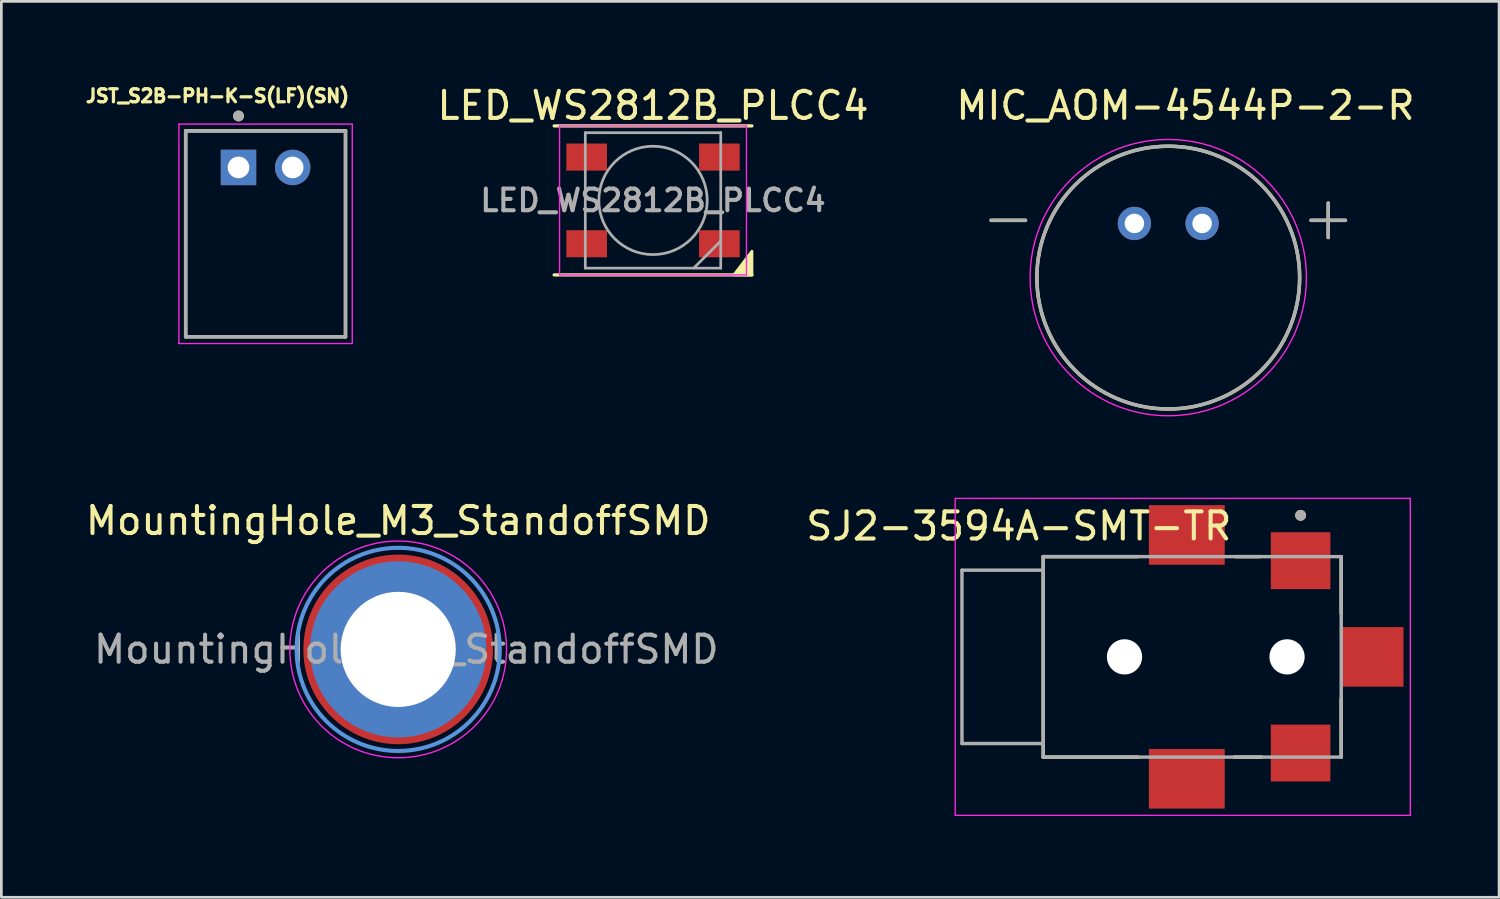
<source format=kicad_pcb>
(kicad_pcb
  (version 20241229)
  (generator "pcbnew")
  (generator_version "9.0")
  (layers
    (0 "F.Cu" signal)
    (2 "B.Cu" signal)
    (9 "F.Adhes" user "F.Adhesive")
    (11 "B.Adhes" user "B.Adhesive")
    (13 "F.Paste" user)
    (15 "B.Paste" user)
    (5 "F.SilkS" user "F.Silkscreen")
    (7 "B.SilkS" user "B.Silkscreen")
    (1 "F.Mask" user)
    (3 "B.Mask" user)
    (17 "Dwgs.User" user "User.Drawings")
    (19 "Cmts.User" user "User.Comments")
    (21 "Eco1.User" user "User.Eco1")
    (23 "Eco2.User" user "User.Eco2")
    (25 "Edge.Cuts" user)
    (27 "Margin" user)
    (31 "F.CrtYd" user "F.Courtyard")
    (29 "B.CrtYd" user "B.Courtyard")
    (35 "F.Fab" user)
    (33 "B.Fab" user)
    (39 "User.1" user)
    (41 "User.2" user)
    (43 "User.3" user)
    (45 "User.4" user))
  (footprint "MountingHole_M3_StandoffSMD"
    (layer "F.Cu")
    (at 11.649 20.922)
    (property "Reference" "MountingHole_M3_StandoffSMD" (at 0 -4.75 0) (layer "F.SilkS") (effects (font (size 1 1) (thickness 0.15))))
    (attr exclude_from_pos_files exclude_from_bom)
    (fp_circle (center 0 0) (end 3.75 0) (stroke (width 0.15) (type solid)) (fill no) (layer "Cmts.User"))
    (fp_circle (center 0 0) (end 4 0) (stroke (width 0.05) (type solid)) (fill no) (layer "F.CrtYd"))
    (fp_text user "${REFERENCE}" (at 0.3 0 0) (layer "F.Fab") (effects (font (size 1 1) (thickness 0.15))))
    (pad "1" thru_hole circle (at 0 0) (size 6.5 6.5) (drill 4.25) (layers "*.Cu" "*.Mask"))
    (pad "1" connect circle (at 0 0) (size 7 7) (layers "F.Cu" "F.Mask")))
  (footprint "LED_WS2812B_PLCC4"
    (layer "F.Cu")
    (at 21.056 4.348)
    (property "Reference" "LED_WS2812B_PLCC4" (at 0 -3.5 0) (layer "F.SilkS") (effects (font (size 1 1) (thickness 0.15))))
    (attr smd)
    (fp_line (start -3.65 -2.75) (end 3.65 -2.75) (stroke (width 0.12) (type solid)) (layer "F.SilkS"))
    (fp_line (start -3.65 2.75) (end 3.65 2.75) (stroke (width 0.12) (type solid)) (layer "F.SilkS"))
    (fp_poly (pts (xy 3.653 2.758) (xy 3 2.748) (xy 2.985 2.748) (xy 3.653 1.875)) (stroke (width 0.1) (type solid)) (fill yes) (layer "F.SilkS"))
    (fp_line (start -3.45 -2.75) (end -3.45 2.75) (stroke (width 0.05) (type solid)) (layer "F.CrtYd"))
    (fp_line (start -3.45 2.75) (end 3.45 2.75) (stroke (width 0.05) (type solid)) (layer "F.CrtYd"))
    (fp_line (start 3.45 -2.75) (end -3.45 -2.75) (stroke (width 0.05) (type solid)) (layer "F.CrtYd"))
    (fp_line (start 3.45 2.75) (end 3.45 -2.75) (stroke (width 0.05) (type solid)) (layer "F.CrtYd"))
    (fp_line (start -2.5 -2.5) (end -2.5 2.5) (stroke (width 0.1) (type solid)) (layer "F.Fab"))
    (fp_line (start -2.5 2.5) (end 2.5 2.5) (stroke (width 0.1) (type solid)) (layer "F.Fab"))
    (fp_line (start 2.5 -2.5) (end -2.5 -2.5) (stroke (width 0.1) (type solid)) (layer "F.Fab"))
    (fp_line (start 2.5 1.5) (end 1.5 2.5) (stroke (width 0.1) (type solid)) (layer "F.Fab"))
    (fp_line (start 2.5 2.5) (end 2.5 -2.5) (stroke (width 0.1) (type solid)) (layer "F.Fab"))
    (fp_circle (center 0 0) (end 0 -2) (stroke (width 0.1) (type solid)) (fill no) (layer "F.Fab"))
    (fp_text user "${REFERENCE}" (at 0 0 0) (layer "F.Fab") (effects (font (size 0.8 0.8) (thickness 0.15))))
    (pad "1" smd rect (at -2.45 -1.6) (size 1.5 1) (layers "F.Cu" "F.Mask" "F.Paste"))
    (pad "2" smd rect (at -2.45 1.6) (size 1.5 1) (layers "F.Cu" "F.Mask" "F.Paste"))
    (pad "3" smd rect (at 2.45 1.6) (size 1.5 1) (layers "F.Cu" "F.Mask" "F.Paste"))
    (pad "4" smd rect (at 2.45 -1.6) (size 1.5 1) (layers "F.Cu" "F.Mask" "F.Paste")))
  (footprint "SJ2-3594A-SMT-TR"
    (layer "F.Cu")
    (at 40.961 21.198)
    (property "Reference" "SJ2-3594A-SMT-TR" (at -6.4 -4.825 0) (layer "F.SilkS") (effects (font (size 1.001 1.001) (thickness 0.15))))
    (attr smd)
    (fp_line (start -5.5 -3.7) (end -5.5 3.7) (stroke (width 0.127) (type solid)) (layer "F.SilkS"))
    (fp_line (start -4.15 -3.7) (end -5.5 -3.7) (stroke (width 0.127) (type solid)) (layer "F.SilkS"))
    (fp_line (start -2 -3.7) (end -4.1 -3.7) (stroke (width 0.127) (type solid)) (layer "F.SilkS"))
    (fp_line (start -2 3.7) (end -5.5 3.7) (stroke (width 0.127) (type solid)) (layer "F.SilkS"))
    (fp_line (start 2.5 -3.7) (end 1.6 -3.7) (stroke (width 0.127) (type solid)) (layer "F.SilkS"))
    (fp_line (start 2.55 3.7) (end 1.55 3.7) (stroke (width 0.127) (type solid)) (layer "F.SilkS"))
    (fp_line (start 5.5 -3.7) (end 5.5 -1.6) (stroke (width 0.127) (type solid)) (layer "F.SilkS"))
    (fp_line (start 5.5 1.55) (end 5.5 3.7) (stroke (width 0.127) (type solid)) (layer "F.SilkS"))
    (fp_circle (center 4 -5.225) (end 4.1 -5.225) (stroke (width 0.2) (type solid)) (fill no) (layer "F.SilkS"))
    (fp_line (start -8.75 -5.85) (end -8.75 5.85) (stroke (width 0.05) (type solid)) (layer "F.CrtYd"))
    (fp_line (start -8.75 5.85) (end 8.05 5.85) (stroke (width 0.05) (type solid)) (layer "F.CrtYd"))
    (fp_line (start 8.05 -5.85) (end -8.75 -5.85) (stroke (width 0.05) (type solid)) (layer "F.CrtYd"))
    (fp_line (start 8.05 5.85) (end 8.05 -5.85) (stroke (width 0.05) (type solid)) (layer "F.CrtYd"))
    (fp_line (start -8.5 -3.2) (end -8.5 3.2) (stroke (width 0.127) (type solid)) (layer "F.Fab"))
    (fp_line (start -8.5 3.2) (end -5.5 3.2) (stroke (width 0.127) (type solid)) (layer "F.Fab"))
    (fp_line (start -5.5 -3.7) (end 5.5 -3.7) (stroke (width 0.127) (type solid)) (layer "F.Fab"))
    (fp_line (start -5.5 -3.2) (end -8.5 -3.2) (stroke (width 0.127) (type solid)) (layer "F.Fab"))
    (fp_line (start -5.5 -3.2) (end -5.5 -3.7) (stroke (width 0.127) (type solid)) (layer "F.Fab"))
    (fp_line (start -5.5 3.2) (end -5.5 -3.2) (stroke (width 0.127) (type solid)) (layer "F.Fab"))
    (fp_line (start -5.5 3.7) (end -5.5 3.2) (stroke (width 0.127) (type solid)) (layer "F.Fab"))
    (fp_line (start 5.5 -3.7) (end 5.5 3.7) (stroke (width 0.127) (type solid)) (layer "F.Fab"))
    (fp_line (start 5.5 3.7) (end -5.5 3.7) (stroke (width 0.127) (type solid)) (layer "F.Fab"))
    (fp_circle (center 4 -5.225) (end 4.1 -5.225) (stroke (width 0.2) (type solid)) (fill no) (layer "F.Fab"))
    (pad "" np_thru_hole circle (at -2.5 0) (size 1.3 1.3) (drill 1.3) (layers "*.Cu" "*.Mask"))
    (pad "" np_thru_hole circle (at 3.5 0) (size 1.3 1.3) (drill 1.3) (layers "*.Cu" "*.Mask"))
    (pad "1" smd rect (at 4 -3.55) (size 2.2 2.1) (layers "F.Cu" "F.Mask" "F.Paste"))
    (pad "2" smd rect (at 4 3.55) (size 2.2 2.1) (layers "F.Cu" "F.Mask" "F.Paste"))
    (pad "3" smd rect (at 6.65 0) (size 2.3 2.2) (layers "F.Cu" "F.Mask" "F.Paste"))
    (pad "4_1" smd rect (at -0.2 -4.5) (size 2.8 2.2) (layers "F.Cu" "F.Mask" "F.Paste"))
    (pad "4_2" smd rect (at -0.2 4.5) (size 2.8 2.2) (layers "F.Cu" "F.Mask" "F.Paste")))
  (footprint "JST_S2B-PH-K-S(LF)(SN)"
    (layer "F.Cu")
    (at 6.754 3.131)
    (property "Reference" "JST_S2B-PH-K-S(LF)(SN)" (at -1.776 -2.64 0) (layer "F.SilkS") (effects (font (size 0.48 0.48) (thickness 0.15))))
    (attr through_hole)
    (fp_line (start -2.95 -1.35) (end 2.95 -1.35) (stroke (width 0.127) (type solid)) (layer "F.SilkS"))
    (fp_line (start -2.95 6.25) (end -2.95 -1.35) (stroke (width 0.127) (type solid)) (layer "F.SilkS"))
    (fp_line (start 2.95 -1.35) (end 2.95 6.25) (stroke (width 0.127) (type solid)) (layer "F.SilkS"))
    (fp_line (start 2.95 6.25) (end -2.95 6.25) (stroke (width 0.127) (type solid)) (layer "F.SilkS"))
    (fp_circle (center -1 -1.9) (end -0.9 -1.9) (stroke (width 0.2) (type solid)) (fill no) (layer "F.SilkS"))
    (fp_line (start -3.2 -1.6) (end 3.2 -1.6) (stroke (width 0.05) (type solid)) (layer "F.CrtYd"))
    (fp_line (start -3.2 6.5) (end -3.2 -1.6) (stroke (width 0.05) (type solid)) (layer "F.CrtYd"))
    (fp_line (start 3.2 -1.6) (end 3.2 6.5) (stroke (width 0.05) (type solid)) (layer "F.CrtYd"))
    (fp_line (start 3.2 6.5) (end -3.2 6.5) (stroke (width 0.05) (type solid)) (layer "F.CrtYd"))
    (fp_line (start -2.95 -1.35) (end 2.95 -1.35) (stroke (width 0.127) (type solid)) (layer "F.Fab"))
    (fp_line (start -2.95 6.25) (end -2.95 -1.35) (stroke (width 0.127) (type solid)) (layer "F.Fab"))
    (fp_line (start 2.95 -1.35) (end 2.95 6.25) (stroke (width 0.127) (type solid)) (layer "F.Fab"))
    (fp_line (start 2.95 6.25) (end -2.95 6.25) (stroke (width 0.127) (type solid)) (layer "F.Fab"))
    (fp_circle (center -1 -1.9) (end -0.9 -1.9) (stroke (width 0.2) (type solid)) (fill no) (layer "F.Fab"))
    (pad "1" thru_hole rect (at -1 0) (size 1.308 1.308) (drill 0.8) (layers "*.Cu" "*.Mask"))
    (pad "2" thru_hole circle (at 1 0) (size 1.308 1.308) (drill 0.8) (layers "*.Cu" "*.Mask")))
  (footprint "MIC_AOM-4544P-2-R"
    (layer "F.Cu")
    (at 40.076 7.198)
    (property "Reference" "MIC_AOM-4544P-2-R" (at 0.635 -6.35 0) (layer "F.SilkS") (effects (font (size 1 1) (thickness 0.15))))
    (attr through_hole)
    (fp_line (start -6.54 -2.115) (end -5.27 -2.115) (stroke (width 0.127) (type solid)) (layer "F.SilkS"))
    (fp_line (start 5.27 -2.115) (end 6.54 -2.115) (stroke (width 0.127) (type solid)) (layer "F.SilkS"))
    (fp_line (start 5.905 -2.75) (end 5.905 -1.48) (stroke (width 0.127) (type solid)) (layer "F.SilkS"))
    (fp_circle (center 0 0) (end 4.85 0) (stroke (width 0.127) (type solid)) (fill no) (layer "F.SilkS"))
    (fp_circle (center 0 0) (end 5.1 0) (stroke (width 0.05) (type solid)) (fill no) (layer "F.CrtYd"))
    (fp_line (start -6.54 -2.115) (end -5.27 -2.115) (stroke (width 0.127) (type solid)) (layer "F.Fab"))
    (fp_line (start 5.27 -2.115) (end 6.54 -2.115) (stroke (width 0.127) (type solid)) (layer "F.Fab"))
    (fp_line (start 5.905 -2.75) (end 5.905 -1.48) (stroke (width 0.127) (type solid)) (layer "F.Fab"))
    (fp_circle (center 0 0) (end 4.85 0) (stroke (width 0.127) (type solid)) (fill no) (layer "F.Fab"))
    (pad "N" thru_hole circle (at -1.25 -2) (size 1.228 1.228) (drill 0.72) (layers "*.Cu" "*.Mask"))
    (pad "P" thru_hole circle (at 1.25 -2) (size 1.228 1.228) (drill 0.72) (layers "*.Cu" "*.Mask")))
  (gr_rect
    (start -3 -3)
    (end 52.288 30.073)
    (stroke (width 0.1) (type default))
    (fill no)
    (layer "Edge.Cuts")))
</source>
